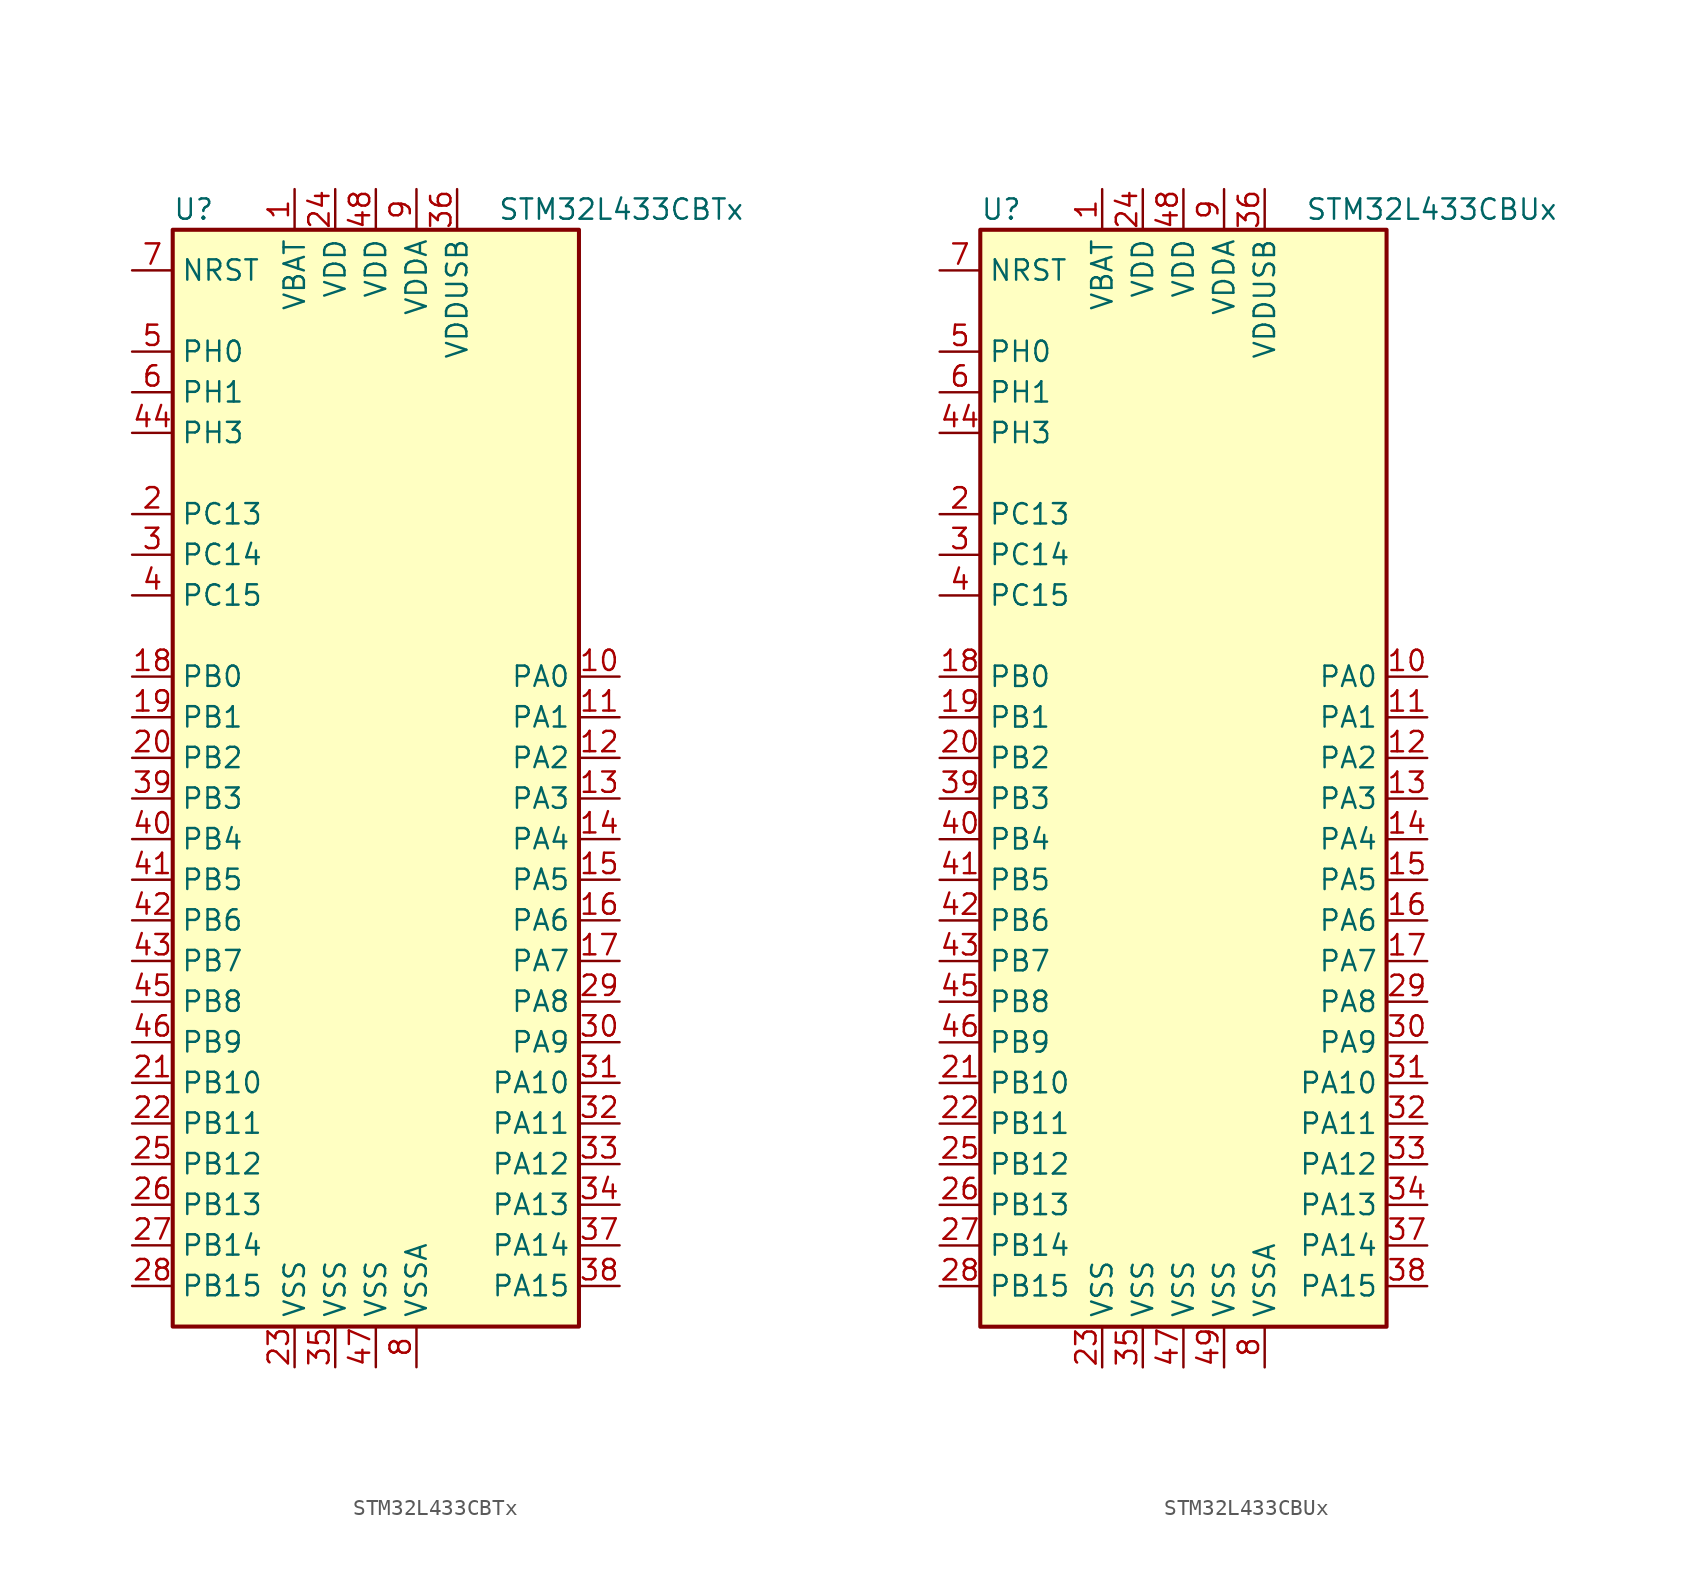
<source format=kicad_sym>
(kicad_symbol_lib
  (version 20201005)
  (generator kicad_symbol_editor)
  (symbol "STM32L433CBTx"
    (property "Reference" "U"
      (at -12.7 34.29 0)
      (effects (font (size 1.27 1.27)) (justify left)))
    (property "Value" "STM32L433CBTx"
      (at 7.62 34.29 0)
      (effects (font (size 1.27 1.27)) (justify left)))
    (symbol "STM32L433CBTx_0_1"
      (rectangle (start -12.7 -35.56) (end 12.7 33.02) (stroke (width 0.254)) (fill (type background))))
    (symbol "STM32L433CBTx_1_1"
      (pin input line (at -15.24 30.48 0) (length 2.54) (name "NRST" (effects (font (size 1.27 1.27)))) (number "7" (effects (font (size 1.27 1.27)))))
      (pin bidirectional line (at 15.24 5.08 180) (length 2.54) (name "PA0" (effects (font (size 1.27 1.27)))) (number "10" (effects (font (size 1.27 1.27)))))
      (pin bidirectional line (at 15.24 2.54 180) (length 2.54) (name "PA1" (effects (font (size 1.27 1.27)))) (number "11" (effects (font (size 1.27 1.27)))))
      (pin bidirectional line (at 15.24 -20.32 180) (length 2.54) (name "PA10" (effects (font (size 1.27 1.27)))) (number "31" (effects (font (size 1.27 1.27)))))
      (pin bidirectional line (at 15.24 -22.86 180) (length 2.54) (name "PA11" (effects (font (size 1.27 1.27)))) (number "32" (effects (font (size 1.27 1.27)))))
      (pin bidirectional line (at 15.24 -25.4 180) (length 2.54) (name "PA12" (effects (font (size 1.27 1.27)))) (number "33" (effects (font (size 1.27 1.27)))))
      (pin bidirectional line (at 15.24 -27.94 180) (length 2.54) (name "PA13" (effects (font (size 1.27 1.27)))) (number "34" (effects (font (size 1.27 1.27)))))
      (pin bidirectional line (at 15.24 -30.48 180) (length 2.54) (name "PA14" (effects (font (size 1.27 1.27)))) (number "37" (effects (font (size 1.27 1.27)))))
      (pin bidirectional line (at 15.24 -33.02 180) (length 2.54) (name "PA15" (effects (font (size 1.27 1.27)))) (number "38" (effects (font (size 1.27 1.27)))))
      (pin bidirectional line (at 15.24 0 180) (length 2.54) (name "PA2" (effects (font (size 1.27 1.27)))) (number "12" (effects (font (size 1.27 1.27)))))
      (pin bidirectional line (at 15.24 -2.54 180) (length 2.54) (name "PA3" (effects (font (size 1.27 1.27)))) (number "13" (effects (font (size 1.27 1.27)))))
      (pin bidirectional line (at 15.24 -5.08 180) (length 2.54) (name "PA4" (effects (font (size 1.27 1.27)))) (number "14" (effects (font (size 1.27 1.27)))))
      (pin bidirectional line (at 15.24 -7.62 180) (length 2.54) (name "PA5" (effects (font (size 1.27 1.27)))) (number "15" (effects (font (size 1.27 1.27)))))
      (pin bidirectional line (at 15.24 -10.16 180) (length 2.54) (name "PA6" (effects (font (size 1.27 1.27)))) (number "16" (effects (font (size 1.27 1.27)))))
      (pin bidirectional line (at 15.24 -12.7 180) (length 2.54) (name "PA7" (effects (font (size 1.27 1.27)))) (number "17" (effects (font (size 1.27 1.27)))))
      (pin bidirectional line (at 15.24 -15.24 180) (length 2.54) (name "PA8" (effects (font (size 1.27 1.27)))) (number "29" (effects (font (size 1.27 1.27)))))
      (pin bidirectional line (at 15.24 -17.78 180) (length 2.54) (name "PA9" (effects (font (size 1.27 1.27)))) (number "30" (effects (font (size 1.27 1.27)))))
      (pin bidirectional line (at -15.24 5.08 0) (length 2.54) (name "PB0" (effects (font (size 1.27 1.27)))) (number "18" (effects (font (size 1.27 1.27)))))
      (pin bidirectional line (at -15.24 2.54 0) (length 2.54) (name "PB1" (effects (font (size 1.27 1.27)))) (number "19" (effects (font (size 1.27 1.27)))))
      (pin bidirectional line (at -15.24 -20.32 0) (length 2.54) (name "PB10" (effects (font (size 1.27 1.27)))) (number "21" (effects (font (size 1.27 1.27)))))
      (pin bidirectional line (at -15.24 -22.86 0) (length 2.54) (name "PB11" (effects (font (size 1.27 1.27)))) (number "22" (effects (font (size 1.27 1.27)))))
      (pin bidirectional line (at -15.24 -25.4 0) (length 2.54) (name "PB12" (effects (font (size 1.27 1.27)))) (number "25" (effects (font (size 1.27 1.27)))))
      (pin bidirectional line (at -15.24 -27.94 0) (length 2.54) (name "PB13" (effects (font (size 1.27 1.27)))) (number "26" (effects (font (size 1.27 1.27)))))
      (pin bidirectional line (at -15.24 -30.48 0) (length 2.54) (name "PB14" (effects (font (size 1.27 1.27)))) (number "27" (effects (font (size 1.27 1.27)))))
      (pin bidirectional line (at -15.24 -33.02 0) (length 2.54) (name "PB15" (effects (font (size 1.27 1.27)))) (number "28" (effects (font (size 1.27 1.27)))))
      (pin bidirectional line (at -15.24 0 0) (length 2.54) (name "PB2" (effects (font (size 1.27 1.27)))) (number "20" (effects (font (size 1.27 1.27)))))
      (pin bidirectional line (at -15.24 -2.54 0) (length 2.54) (name "PB3" (effects (font (size 1.27 1.27)))) (number "39" (effects (font (size 1.27 1.27)))))
      (pin bidirectional line (at -15.24 -5.08 0) (length 2.54) (name "PB4" (effects (font (size 1.27 1.27)))) (number "40" (effects (font (size 1.27 1.27)))))
      (pin bidirectional line (at -15.24 -7.62 0) (length 2.54) (name "PB5" (effects (font (size 1.27 1.27)))) (number "41" (effects (font (size 1.27 1.27)))))
      (pin bidirectional line (at -15.24 -10.16 0) (length 2.54) (name "PB6" (effects (font (size 1.27 1.27)))) (number "42" (effects (font (size 1.27 1.27)))))
      (pin bidirectional line (at -15.24 -12.7 0) (length 2.54) (name "PB7" (effects (font (size 1.27 1.27)))) (number "43" (effects (font (size 1.27 1.27)))))
      (pin bidirectional line (at -15.24 -15.24 0) (length 2.54) (name "PB8" (effects (font (size 1.27 1.27)))) (number "45" (effects (font (size 1.27 1.27)))))
      (pin bidirectional line (at -15.24 -17.78 0) (length 2.54) (name "PB9" (effects (font (size 1.27 1.27)))) (number "46" (effects (font (size 1.27 1.27)))))
      (pin bidirectional line (at -15.24 15.24 0) (length 2.54) (name "PC13" (effects (font (size 1.27 1.27)))) (number "2" (effects (font (size 1.27 1.27)))))
      (pin bidirectional line (at -15.24 12.7 0) (length 2.54) (name "PC14" (effects (font (size 1.27 1.27)))) (number "3" (effects (font (size 1.27 1.27)))))
      (pin bidirectional line (at -15.24 10.16 0) (length 2.54) (name "PC15" (effects (font (size 1.27 1.27)))) (number "4" (effects (font (size 1.27 1.27)))))
      (pin input line (at -15.24 25.4 0) (length 2.54) (name "PH0" (effects (font (size 1.27 1.27)))) (number "5" (effects (font (size 1.27 1.27)))))
      (pin input line (at -15.24 22.86 0) (length 2.54) (name "PH1" (effects (font (size 1.27 1.27)))) (number "6" (effects (font (size 1.27 1.27)))))
      (pin bidirectional line (at -15.24 20.32 0) (length 2.54) (name "PH3" (effects (font (size 1.27 1.27)))) (number "44" (effects (font (size 1.27 1.27)))))
      (pin power_in line (at -5.08 35.56 270) (length 2.54) (name "VBAT" (effects (font (size 1.27 1.27)))) (number "1" (effects (font (size 1.27 1.27)))))
      (pin power_in line (at -2.54 35.56 270) (length 2.54) (name "VDD" (effects (font (size 1.27 1.27)))) (number "24" (effects (font (size 1.27 1.27)))))
      (pin power_in line (at 0 35.56 270) (length 2.54) (name "VDD" (effects (font (size 1.27 1.27)))) (number "48" (effects (font (size 1.27 1.27)))))
      (pin power_in line (at 2.54 35.56 270) (length 2.54) (name "VDDA" (effects (font (size 1.27 1.27)))) (number "9" (effects (font (size 1.27 1.27)))))
      (pin power_in line (at 5.08 35.56 270) (length 2.54) (name "VDDUSB" (effects (font (size 1.27 1.27)))) (number "36" (effects (font (size 1.27 1.27)))))
      (pin power_in line (at -5.08 -38.1 90) (length 2.54) (name "VSS" (effects (font (size 1.27 1.27)))) (number "23" (effects (font (size 1.27 1.27)))))
      (pin power_in line (at -2.54 -38.1 90) (length 2.54) (name "VSS" (effects (font (size 1.27 1.27)))) (number "35" (effects (font (size 1.27 1.27)))))
      (pin power_in line (at 0 -38.1 90) (length 2.54) (name "VSS" (effects (font (size 1.27 1.27)))) (number "47" (effects (font (size 1.27 1.27)))))
      (pin power_in line (at 2.54 -38.1 90) (length 2.54) (name "VSSA" (effects (font (size 1.27 1.27)))) (number "8" (effects (font (size 1.27 1.27)))))))
  (symbol "STM32L433CBUx"
    (property "Reference" "U"
      (at -12.7 34.29 0)
      (effects (font (size 1.27 1.27)) (justify left)))
    (property "Value" "STM32L433CBUx"
      (at 7.62 34.29 0)
      (effects (font (size 1.27 1.27)) (justify left)))
    (symbol "STM32L433CBUx_0_1"
      (rectangle (start -12.7 -35.56) (end 12.7 33.02) (stroke (width 0.254)) (fill (type background))))
    (symbol "STM32L433CBUx_1_1"
      (pin input line (at -15.24 30.48 0) (length 2.54) (name "NRST" (effects (font (size 1.27 1.27)))) (number "7" (effects (font (size 1.27 1.27)))))
      (pin bidirectional line (at 15.24 5.08 180) (length 2.54) (name "PA0" (effects (font (size 1.27 1.27)))) (number "10" (effects (font (size 1.27 1.27)))))
      (pin bidirectional line (at 15.24 2.54 180) (length 2.54) (name "PA1" (effects (font (size 1.27 1.27)))) (number "11" (effects (font (size 1.27 1.27)))))
      (pin bidirectional line (at 15.24 -20.32 180) (length 2.54) (name "PA10" (effects (font (size 1.27 1.27)))) (number "31" (effects (font (size 1.27 1.27)))))
      (pin bidirectional line (at 15.24 -22.86 180) (length 2.54) (name "PA11" (effects (font (size 1.27 1.27)))) (number "32" (effects (font (size 1.27 1.27)))))
      (pin bidirectional line (at 15.24 -25.4 180) (length 2.54) (name "PA12" (effects (font (size 1.27 1.27)))) (number "33" (effects (font (size 1.27 1.27)))))
      (pin bidirectional line (at 15.24 -27.94 180) (length 2.54) (name "PA13" (effects (font (size 1.27 1.27)))) (number "34" (effects (font (size 1.27 1.27)))))
      (pin bidirectional line (at 15.24 -30.48 180) (length 2.54) (name "PA14" (effects (font (size 1.27 1.27)))) (number "37" (effects (font (size 1.27 1.27)))))
      (pin bidirectional line (at 15.24 -33.02 180) (length 2.54) (name "PA15" (effects (font (size 1.27 1.27)))) (number "38" (effects (font (size 1.27 1.27)))))
      (pin bidirectional line (at 15.24 0 180) (length 2.54) (name "PA2" (effects (font (size 1.27 1.27)))) (number "12" (effects (font (size 1.27 1.27)))))
      (pin bidirectional line (at 15.24 -2.54 180) (length 2.54) (name "PA3" (effects (font (size 1.27 1.27)))) (number "13" (effects (font (size 1.27 1.27)))))
      (pin bidirectional line (at 15.24 -5.08 180) (length 2.54) (name "PA4" (effects (font (size 1.27 1.27)))) (number "14" (effects (font (size 1.27 1.27)))))
      (pin bidirectional line (at 15.24 -7.62 180) (length 2.54) (name "PA5" (effects (font (size 1.27 1.27)))) (number "15" (effects (font (size 1.27 1.27)))))
      (pin bidirectional line (at 15.24 -10.16 180) (length 2.54) (name "PA6" (effects (font (size 1.27 1.27)))) (number "16" (effects (font (size 1.27 1.27)))))
      (pin bidirectional line (at 15.24 -12.7 180) (length 2.54) (name "PA7" (effects (font (size 1.27 1.27)))) (number "17" (effects (font (size 1.27 1.27)))))
      (pin bidirectional line (at 15.24 -15.24 180) (length 2.54) (name "PA8" (effects (font (size 1.27 1.27)))) (number "29" (effects (font (size 1.27 1.27)))))
      (pin bidirectional line (at 15.24 -17.78 180) (length 2.54) (name "PA9" (effects (font (size 1.27 1.27)))) (number "30" (effects (font (size 1.27 1.27)))))
      (pin bidirectional line (at -15.24 5.08 0) (length 2.54) (name "PB0" (effects (font (size 1.27 1.27)))) (number "18" (effects (font (size 1.27 1.27)))))
      (pin bidirectional line (at -15.24 2.54 0) (length 2.54) (name "PB1" (effects (font (size 1.27 1.27)))) (number "19" (effects (font (size 1.27 1.27)))))
      (pin bidirectional line (at -15.24 -20.32 0) (length 2.54) (name "PB10" (effects (font (size 1.27 1.27)))) (number "21" (effects (font (size 1.27 1.27)))))
      (pin bidirectional line (at -15.24 -22.86 0) (length 2.54) (name "PB11" (effects (font (size 1.27 1.27)))) (number "22" (effects (font (size 1.27 1.27)))))
      (pin bidirectional line (at -15.24 -25.4 0) (length 2.54) (name "PB12" (effects (font (size 1.27 1.27)))) (number "25" (effects (font (size 1.27 1.27)))))
      (pin bidirectional line (at -15.24 -27.94 0) (length 2.54) (name "PB13" (effects (font (size 1.27 1.27)))) (number "26" (effects (font (size 1.27 1.27)))))
      (pin bidirectional line (at -15.24 -30.48 0) (length 2.54) (name "PB14" (effects (font (size 1.27 1.27)))) (number "27" (effects (font (size 1.27 1.27)))))
      (pin bidirectional line (at -15.24 -33.02 0) (length 2.54) (name "PB15" (effects (font (size 1.27 1.27)))) (number "28" (effects (font (size 1.27 1.27)))))
      (pin bidirectional line (at -15.24 0 0) (length 2.54) (name "PB2" (effects (font (size 1.27 1.27)))) (number "20" (effects (font (size 1.27 1.27)))))
      (pin bidirectional line (at -15.24 -2.54 0) (length 2.54) (name "PB3" (effects (font (size 1.27 1.27)))) (number "39" (effects (font (size 1.27 1.27)))))
      (pin bidirectional line (at -15.24 -5.08 0) (length 2.54) (name "PB4" (effects (font (size 1.27 1.27)))) (number "40" (effects (font (size 1.27 1.27)))))
      (pin bidirectional line (at -15.24 -7.62 0) (length 2.54) (name "PB5" (effects (font (size 1.27 1.27)))) (number "41" (effects (font (size 1.27 1.27)))))
      (pin bidirectional line (at -15.24 -10.16 0) (length 2.54) (name "PB6" (effects (font (size 1.27 1.27)))) (number "42" (effects (font (size 1.27 1.27)))))
      (pin bidirectional line (at -15.24 -12.7 0) (length 2.54) (name "PB7" (effects (font (size 1.27 1.27)))) (number "43" (effects (font (size 1.27 1.27)))))
      (pin bidirectional line (at -15.24 -15.24 0) (length 2.54) (name "PB8" (effects (font (size 1.27 1.27)))) (number "45" (effects (font (size 1.27 1.27)))))
      (pin bidirectional line (at -15.24 -17.78 0) (length 2.54) (name "PB9" (effects (font (size 1.27 1.27)))) (number "46" (effects (font (size 1.27 1.27)))))
      (pin bidirectional line (at -15.24 15.24 0) (length 2.54) (name "PC13" (effects (font (size 1.27 1.27)))) (number "2" (effects (font (size 1.27 1.27)))))
      (pin bidirectional line (at -15.24 12.7 0) (length 2.54) (name "PC14" (effects (font (size 1.27 1.27)))) (number "3" (effects (font (size 1.27 1.27)))))
      (pin bidirectional line (at -15.24 10.16 0) (length 2.54) (name "PC15" (effects (font (size 1.27 1.27)))) (number "4" (effects (font (size 1.27 1.27)))))
      (pin input line (at -15.24 25.4 0) (length 2.54) (name "PH0" (effects (font (size 1.27 1.27)))) (number "5" (effects (font (size 1.27 1.27)))))
      (pin input line (at -15.24 22.86 0) (length 2.54) (name "PH1" (effects (font (size 1.27 1.27)))) (number "6" (effects (font (size 1.27 1.27)))))
      (pin bidirectional line (at -15.24 20.32 0) (length 2.54) (name "PH3" (effects (font (size 1.27 1.27)))) (number "44" (effects (font (size 1.27 1.27)))))
      (pin power_in line (at -5.08 35.56 270) (length 2.54) (name "VBAT" (effects (font (size 1.27 1.27)))) (number "1" (effects (font (size 1.27 1.27)))))
      (pin power_in line (at -2.54 35.56 270) (length 2.54) (name "VDD" (effects (font (size 1.27 1.27)))) (number "24" (effects (font (size 1.27 1.27)))))
      (pin power_in line (at 0 35.56 270) (length 2.54) (name "VDD" (effects (font (size 1.27 1.27)))) (number "48" (effects (font (size 1.27 1.27)))))
      (pin power_in line (at 2.54 35.56 270) (length 2.54) (name "VDDA" (effects (font (size 1.27 1.27)))) (number "9" (effects (font (size 1.27 1.27)))))
      (pin power_in line (at 5.08 35.56 270) (length 2.54) (name "VDDUSB" (effects (font (size 1.27 1.27)))) (number "36" (effects (font (size 1.27 1.27)))))
      (pin power_in line (at -5.08 -38.1 90) (length 2.54) (name "VSS" (effects (font (size 1.27 1.27)))) (number "23" (effects (font (size 1.27 1.27)))))
      (pin power_in line (at -2.54 -38.1 90) (length 2.54) (name "VSS" (effects (font (size 1.27 1.27)))) (number "35" (effects (font (size 1.27 1.27)))))
      (pin power_in line (at 0 -38.1 90) (length 2.54) (name "VSS" (effects (font (size 1.27 1.27)))) (number "47" (effects (font (size 1.27 1.27)))))
      (pin power_in line (at 2.54 -38.1 90) (length 2.54) (name "VSS" (effects (font (size 1.27 1.27)))) (number "49" (effects (font (size 1.27 1.27)))))
      (pin power_in line (at 5.08 -38.1 90) (length 2.54) (name "VSSA" (effects (font (size 1.27 1.27)))) (number "8" (effects (font (size 1.27 1.27))))))))
</source>
